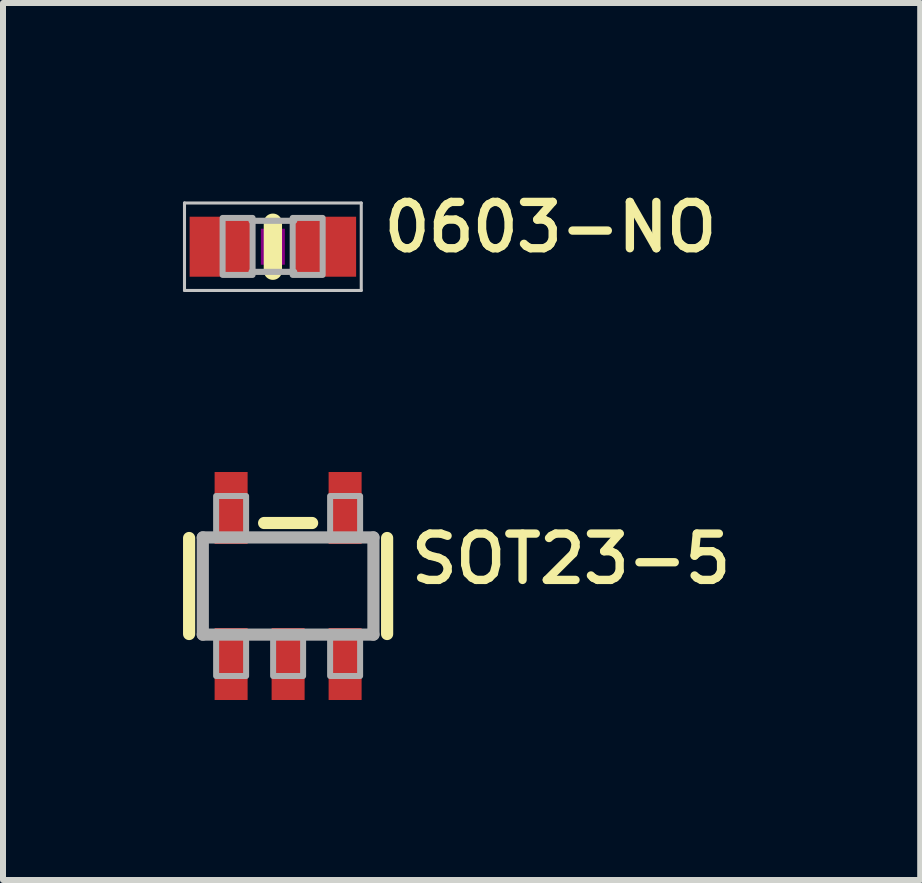
<source format=kicad_pcb>
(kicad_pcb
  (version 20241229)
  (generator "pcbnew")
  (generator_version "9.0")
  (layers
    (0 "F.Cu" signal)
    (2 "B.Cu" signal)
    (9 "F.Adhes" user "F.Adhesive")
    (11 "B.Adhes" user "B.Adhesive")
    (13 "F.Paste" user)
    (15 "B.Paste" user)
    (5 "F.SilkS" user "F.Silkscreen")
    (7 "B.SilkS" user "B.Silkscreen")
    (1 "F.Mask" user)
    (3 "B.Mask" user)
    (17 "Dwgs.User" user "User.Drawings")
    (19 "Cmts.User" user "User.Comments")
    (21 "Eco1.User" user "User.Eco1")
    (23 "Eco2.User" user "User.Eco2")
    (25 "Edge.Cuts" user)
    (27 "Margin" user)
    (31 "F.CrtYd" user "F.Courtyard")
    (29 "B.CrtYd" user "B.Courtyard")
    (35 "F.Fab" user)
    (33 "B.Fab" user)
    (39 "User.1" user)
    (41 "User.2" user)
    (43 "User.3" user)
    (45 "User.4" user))
  (footprint "SOT23-5"
    (layer "F.Cu")
    (at 1.752 6.717)
    (property "Reference" "SOT23-5" (at 1.978 0 0) (layer "F.SilkS") (effects (font (size 0.772 0.772) (thickness 0.139)) (justify left bottom)))
    (attr through_hole)
    (fp_line (start -1.65 -0.8) (end -1.65 0.8) (stroke (width 0.203) (type solid)) (layer "F.SilkS"))
    (fp_line (start -0.4 -1.05) (end 0.4 -1.05) (stroke (width 0.203) (type solid)) (layer "F.SilkS"))
    (fp_line (start 1.65 -0.8) (end 1.65 0.8) (stroke (width 0.203) (type solid)) (layer "F.SilkS"))
    (fp_line (start -1.422 -0.81) (end 1.422 -0.81) (stroke (width 0.203) (type solid)) (layer "F.Fab"))
    (fp_line (start -1.422 0.81) (end -1.422 -0.81) (stroke (width 0.203) (type solid)) (layer "F.Fab"))
    (fp_line (start 1.422 -0.81) (end 1.422 0.81) (stroke (width 0.203) (type solid)) (layer "F.Fab"))
    (fp_line (start 1.422 0.81) (end -1.422 0.81) (stroke (width 0.203) (type solid)) (layer "F.Fab"))
    (fp_poly (pts (xy -1.2 -0.85) (xy -0.7 -0.85) (xy -0.7 -1.5) (xy -1.2 -1.5)) (stroke (width 0.1) (type solid)) (fill no) (layer "F.Fab"))
    (fp_poly (pts (xy -1.2 1.5) (xy -0.7 1.5) (xy -0.7 0.85) (xy -1.2 0.85)) (stroke (width 0.1) (type solid)) (fill no) (layer "F.Fab"))
    (fp_poly (pts (xy -0.25 1.5) (xy 0.25 1.5) (xy 0.25 0.85) (xy -0.25 0.85)) (stroke (width 0.1) (type solid)) (fill no) (layer "F.Fab"))
    (fp_poly (pts (xy 0.7 -0.85) (xy 1.2 -0.85) (xy 1.2 -1.5) (xy 0.7 -1.5)) (stroke (width 0.1) (type solid)) (fill no) (layer "F.Fab"))
    (fp_poly (pts (xy 0.7 1.5) (xy 1.2 1.5) (xy 1.2 0.85) (xy 0.7 0.85)) (stroke (width 0.1) (type solid)) (fill no) (layer "F.Fab"))
    (pad "1" smd rect (at -0.95 1.3) (size 0.55 1.2) (layers "F.Cu" "F.Mask" "F.Paste"))
    (pad "2" smd rect (at 0 1.3) (size 0.55 1.2) (layers "F.Cu" "F.Mask" "F.Paste"))
    (pad "3" smd rect (at 0.95 1.3) (size 0.55 1.2) (layers "F.Cu" "F.Mask" "F.Paste"))
    (pad "4" smd rect (at 0.95 -1.3) (size 0.55 1.2) (layers "F.Cu" "F.Mask" "F.Paste"))
    (pad "5" smd rect (at -0.95 -1.3) (size 0.55 1.2) (layers "F.Cu" "F.Mask" "F.Paste")))
  (footprint "0603-NO"
    (layer "F.Cu")
    (at 1.498 1.062)
    (property "Reference" "0603-NO" (at 1.778 0.127 0) (layer "F.SilkS") (effects (font (size 0.772 0.772) (thickness 0.139)) (justify left bottom)))
    (attr through_hole)
    (fp_line (start 0 -0.4) (end 0 0.4) (stroke (width 0.305) (type solid)) (layer "F.SilkS"))
    (fp_poly (pts (xy -0.2 0.3) (xy 0.2 0.3) (xy 0.2 -0.3) (xy -0.2 -0.3)) (stroke (width 0) (type solid)) (fill yes) (layer "F.Adhes"))
    (fp_line (start -1.473 -0.729) (end 1.473 -0.729) (stroke (width 0.051) (type solid)) (layer "Dwgs.User"))
    (fp_line (start -1.473 0.729) (end -1.473 -0.729) (stroke (width 0.051) (type solid)) (layer "Dwgs.User"))
    (fp_line (start 1.473 -0.729) (end 1.473 0.729) (stroke (width 0.051) (type solid)) (layer "Dwgs.User"))
    (fp_line (start 1.473 0.729) (end -1.473 0.729) (stroke (width 0.051) (type solid)) (layer "Dwgs.User"))
    (fp_line (start -0.356 -0.432) (end 0.356 -0.432) (stroke (width 0.102) (type solid)) (layer "F.Fab"))
    (fp_line (start -0.356 0.419) (end 0.356 0.419) (stroke (width 0.102) (type solid)) (layer "F.Fab"))
    (fp_poly (pts (xy -0.838 0.47) (xy -0.338 0.47) (xy -0.338 -0.48) (xy -0.838 -0.48)) (stroke (width 0.1) (type solid)) (fill no) (layer "F.Fab"))
    (fp_poly (pts (xy 0.33 0.47) (xy 0.83 0.47) (xy 0.83 -0.48) (xy 0.33 -0.48)) (stroke (width 0.1) (type solid)) (fill no) (layer "F.Fab"))
    (pad "1" smd rect (at -0.85 0) (size 1.075 1) (layers "F.Cu" "F.Mask" "F.Paste"))
    (pad "2" smd rect (at 0.85 0) (size 1.075 1) (layers "F.Cu" "F.Mask" "F.Paste")))
  (gr_rect
    (start -3 -3)
    (end 12.287 11.617)
    (stroke (width 0.1) (type default))
    (fill no)
    (layer "Edge.Cuts")))
</source>
